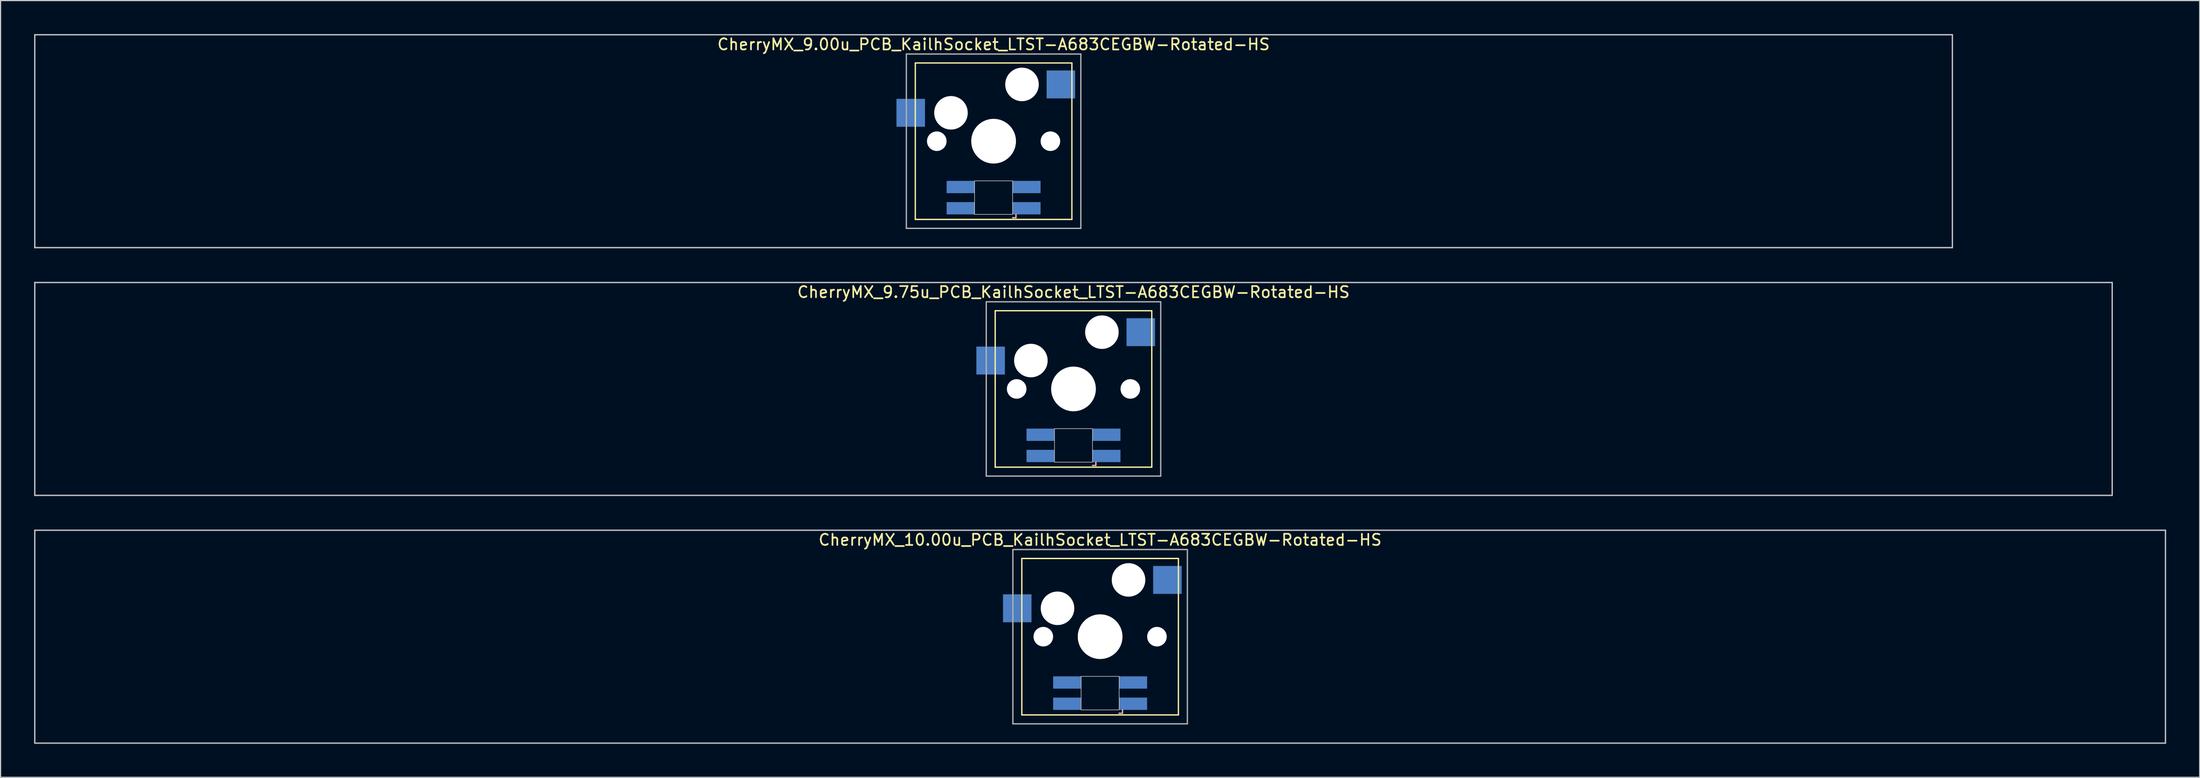
<source format=kicad_pcb>
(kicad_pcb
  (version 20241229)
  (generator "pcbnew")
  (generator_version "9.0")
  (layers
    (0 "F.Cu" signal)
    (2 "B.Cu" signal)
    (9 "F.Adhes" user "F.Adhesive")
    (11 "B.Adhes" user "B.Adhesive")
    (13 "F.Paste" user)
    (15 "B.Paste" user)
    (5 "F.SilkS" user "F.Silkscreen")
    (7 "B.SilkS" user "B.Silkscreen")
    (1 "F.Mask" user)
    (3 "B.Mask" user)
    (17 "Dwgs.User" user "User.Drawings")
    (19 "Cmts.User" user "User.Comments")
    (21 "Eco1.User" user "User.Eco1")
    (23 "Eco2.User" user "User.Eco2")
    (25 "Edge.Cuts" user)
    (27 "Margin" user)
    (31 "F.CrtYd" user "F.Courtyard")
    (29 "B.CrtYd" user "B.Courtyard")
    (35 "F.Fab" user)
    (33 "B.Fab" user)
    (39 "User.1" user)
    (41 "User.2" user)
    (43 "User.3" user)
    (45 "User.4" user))
  (footprint "CherryMX_9.75u_PCB_KailhSocket_LTST-A683CEGBW-Rotated-HS"
    (layer "F.Cu")
    (at 92.929 31.755)
    (property "Reference" "CherryMX_9.75u_PCB_KailhSocket_LTST-A683CEGBW-Rotated-HS" (at 0 -8.662 0) (layer "F.SilkS") (effects (font (size 1 1) (thickness 0.15))))
    (attr through_hole)
    (fp_line (start -7 -7) (end -7 7) (stroke (width 0.12) (type solid)) (layer "F.SilkS"))
    (fp_line (start -7 -7) (end 7 -7) (stroke (width 0.12) (type solid)) (layer "F.SilkS"))
    (fp_line (start 7 -7) (end 7 7) (stroke (width 0.12) (type solid)) (layer "F.SilkS"))
    (fp_line (start 7 7) (end -7 7) (stroke (width 0.12) (type solid)) (layer "F.SilkS"))
    (fp_line (start 1.7 6.85) (end 2 6.85) (stroke (width 0.12) (type solid)) (layer "B.SilkS"))
    (fp_line (start 2 6.85) (end 2 6.55) (stroke (width 0.12) (type solid)) (layer "B.SilkS"))
    (fp_line (start -92.869 -9.525) (end 92.869 -9.525) (stroke (width 0.12) (type solid)) (layer "Dwgs.User"))
    (fp_line (start -92.869 9.525) (end -92.869 -9.525) (stroke (width 0.12) (type solid)) (layer "Dwgs.User"))
    (fp_line (start 92.869 -9.525) (end 92.869 9.525) (stroke (width 0.12) (type solid)) (layer "Dwgs.User"))
    (fp_line (start 92.869 9.525) (end -92.869 9.525) (stroke (width 0.12) (type solid)) (layer "Dwgs.User"))
    (fp_line (start -1.7 3.55) (end 1.7 3.55) (stroke (width 0.05) (type solid)) (layer "Edge.Cuts"))
    (fp_line (start -1.7 6.55) (end -1.7 3.55) (stroke (width 0.05) (type solid)) (layer "Edge.Cuts"))
    (fp_line (start 1.7 3.55) (end 1.7 6.55) (stroke (width 0.05) (type solid)) (layer "Edge.Cuts"))
    (fp_line (start 1.7 6.55) (end -1.7 6.55) (stroke (width 0.05) (type solid)) (layer "Edge.Cuts"))
    (fp_line (start -7.8 -7.8) (end -7.8 7.8) (stroke (width 0.12) (type solid)) (layer "F.Fab"))
    (fp_line (start -7.8 -7.8) (end 7.8 -7.8) (stroke (width 0.12) (type solid)) (layer "F.Fab"))
    (fp_line (start -7.8 7.8) (end 7.8 7.8) (stroke (width 0.12) (type solid)) (layer "F.Fab"))
    (fp_line (start 7.8 -7.8) (end 7.8 7.8) (stroke (width 0.12) (type solid)) (layer "F.Fab"))
    (pad "" np_thru_hole circle (at -5.08 0) (size 1.75 1.75) (drill 1.75) (layers "*.Cu" "*.Mask"))
    (pad "" np_thru_hole circle (at -3.81 -2.54) (size 3 3) (drill 3) (layers "*.Cu" "*.Mask"))
    (pad "" np_thru_hole circle (at 0 0) (size 4 4) (drill 4) (layers "*.Cu" "*.Mask"))
    (pad "" np_thru_hole circle (at 2.54 -5.08) (size 3 3) (drill 3) (layers "*.Cu" "*.Mask"))
    (pad "" np_thru_hole circle (at 5.08 0) (size 1.75 1.75) (drill 1.75) (layers "*.Cu" "*.Mask"))
    (pad "1" smd rect (at -7.41 -2.54) (size 2.55 2.5) (layers "B.Cu" "B.Mask" "B.Paste"))
    (pad "2" smd rect (at 6.015 -5.08) (size 2.55 2.5) (layers "B.Cu" "B.Mask" "B.Paste"))
    (pad "3" smd rect (at 2.95 6) (size 2.5 1.1) (layers "B.Cu" "B.Mask" "B.Paste"))
    (pad "4" smd rect (at 2.95 4.1) (size 2.5 1.1) (layers "B.Cu" "B.Mask" "B.Paste"))
    (pad "5" smd rect (at -2.95 6) (size 2.5 1.1) (layers "B.Cu" "B.Mask" "B.Paste"))
    (pad "6" smd rect (at -2.95 4.1) (size 2.5 1.1) (layers "B.Cu" "B.Mask" "B.Paste")))
  (footprint "CherryMX_10.00u_PCB_KailhSocket_LTST-A683CEGBW-Rotated-HS"
    (layer "F.Cu")
    (at 95.31 53.925)
    (property "Reference" "CherryMX_10.00u_PCB_KailhSocket_LTST-A683CEGBW-Rotated-HS" (at 0 -8.662 0) (layer "F.SilkS") (effects (font (size 1 1) (thickness 0.15))))
    (attr through_hole)
    (fp_line (start -7 -7) (end -7 7) (stroke (width 0.12) (type solid)) (layer "F.SilkS"))
    (fp_line (start -7 -7) (end 7 -7) (stroke (width 0.12) (type solid)) (layer "F.SilkS"))
    (fp_line (start 7 -7) (end 7 7) (stroke (width 0.12) (type solid)) (layer "F.SilkS"))
    (fp_line (start 7 7) (end -7 7) (stroke (width 0.12) (type solid)) (layer "F.SilkS"))
    (fp_line (start 1.7 6.85) (end 2 6.85) (stroke (width 0.12) (type solid)) (layer "B.SilkS"))
    (fp_line (start 2 6.85) (end 2 6.55) (stroke (width 0.12) (type solid)) (layer "B.SilkS"))
    (fp_line (start -95.25 -9.525) (end 95.25 -9.525) (stroke (width 0.12) (type solid)) (layer "Dwgs.User"))
    (fp_line (start -95.25 9.525) (end -95.25 -9.525) (stroke (width 0.12) (type solid)) (layer "Dwgs.User"))
    (fp_line (start 95.25 -9.525) (end 95.25 9.525) (stroke (width 0.12) (type solid)) (layer "Dwgs.User"))
    (fp_line (start 95.25 9.525) (end -95.25 9.525) (stroke (width 0.12) (type solid)) (layer "Dwgs.User"))
    (fp_line (start -1.7 3.55) (end 1.7 3.55) (stroke (width 0.05) (type solid)) (layer "Edge.Cuts"))
    (fp_line (start -1.7 6.55) (end -1.7 3.55) (stroke (width 0.05) (type solid)) (layer "Edge.Cuts"))
    (fp_line (start 1.7 3.55) (end 1.7 6.55) (stroke (width 0.05) (type solid)) (layer "Edge.Cuts"))
    (fp_line (start 1.7 6.55) (end -1.7 6.55) (stroke (width 0.05) (type solid)) (layer "Edge.Cuts"))
    (fp_line (start -7.8 -7.8) (end -7.8 7.8) (stroke (width 0.12) (type solid)) (layer "F.Fab"))
    (fp_line (start -7.8 -7.8) (end 7.8 -7.8) (stroke (width 0.12) (type solid)) (layer "F.Fab"))
    (fp_line (start -7.8 7.8) (end 7.8 7.8) (stroke (width 0.12) (type solid)) (layer "F.Fab"))
    (fp_line (start 7.8 -7.8) (end 7.8 7.8) (stroke (width 0.12) (type solid)) (layer "F.Fab"))
    (pad "" np_thru_hole circle (at -5.08 0) (size 1.75 1.75) (drill 1.75) (layers "*.Cu" "*.Mask"))
    (pad "" np_thru_hole circle (at -3.81 -2.54) (size 3 3) (drill 3) (layers "*.Cu" "*.Mask"))
    (pad "" np_thru_hole circle (at 0 0) (size 4 4) (drill 4) (layers "*.Cu" "*.Mask"))
    (pad "" np_thru_hole circle (at 2.54 -5.08) (size 3 3) (drill 3) (layers "*.Cu" "*.Mask"))
    (pad "" np_thru_hole circle (at 5.08 0) (size 1.75 1.75) (drill 1.75) (layers "*.Cu" "*.Mask"))
    (pad "1" smd rect (at -7.41 -2.54) (size 2.55 2.5) (layers "B.Cu" "B.Mask" "B.Paste"))
    (pad "2" smd rect (at 6.015 -5.08) (size 2.55 2.5) (layers "B.Cu" "B.Mask" "B.Paste"))
    (pad "3" smd rect (at 2.95 6) (size 2.5 1.1) (layers "B.Cu" "B.Mask" "B.Paste"))
    (pad "4" smd rect (at 2.95 4.1) (size 2.5 1.1) (layers "B.Cu" "B.Mask" "B.Paste"))
    (pad "5" smd rect (at -2.95 6) (size 2.5 1.1) (layers "B.Cu" "B.Mask" "B.Paste"))
    (pad "6" smd rect (at -2.95 4.1) (size 2.5 1.1) (layers "B.Cu" "B.Mask" "B.Paste")))
  (footprint "CherryMX_9.00u_PCB_KailhSocket_LTST-A683CEGBW-Rotated-HS"
    (layer "F.Cu")
    (at 85.785 9.585)
    (property "Reference" "CherryMX_9.00u_PCB_KailhSocket_LTST-A683CEGBW-Rotated-HS" (at 0 -8.662 0) (layer "F.SilkS") (effects (font (size 1 1) (thickness 0.15))))
    (attr through_hole)
    (fp_line (start -7 -7) (end -7 7) (stroke (width 0.12) (type solid)) (layer "F.SilkS"))
    (fp_line (start -7 -7) (end 7 -7) (stroke (width 0.12) (type solid)) (layer "F.SilkS"))
    (fp_line (start 7 -7) (end 7 7) (stroke (width 0.12) (type solid)) (layer "F.SilkS"))
    (fp_line (start 7 7) (end -7 7) (stroke (width 0.12) (type solid)) (layer "F.SilkS"))
    (fp_line (start 1.7 6.85) (end 2 6.85) (stroke (width 0.12) (type solid)) (layer "B.SilkS"))
    (fp_line (start 2 6.85) (end 2 6.55) (stroke (width 0.12) (type solid)) (layer "B.SilkS"))
    (fp_line (start -85.725 -9.525) (end 85.725 -9.525) (stroke (width 0.12) (type solid)) (layer "Dwgs.User"))
    (fp_line (start -85.725 9.525) (end -85.725 -9.525) (stroke (width 0.12) (type solid)) (layer "Dwgs.User"))
    (fp_line (start 85.725 -9.525) (end 85.725 9.525) (stroke (width 0.12) (type solid)) (layer "Dwgs.User"))
    (fp_line (start 85.725 9.525) (end -85.725 9.525) (stroke (width 0.12) (type solid)) (layer "Dwgs.User"))
    (fp_line (start -1.7 3.55) (end 1.7 3.55) (stroke (width 0.05) (type solid)) (layer "Edge.Cuts"))
    (fp_line (start -1.7 6.55) (end -1.7 3.55) (stroke (width 0.05) (type solid)) (layer "Edge.Cuts"))
    (fp_line (start 1.7 3.55) (end 1.7 6.55) (stroke (width 0.05) (type solid)) (layer "Edge.Cuts"))
    (fp_line (start 1.7 6.55) (end -1.7 6.55) (stroke (width 0.05) (type solid)) (layer "Edge.Cuts"))
    (fp_line (start -7.8 -7.8) (end -7.8 7.8) (stroke (width 0.12) (type solid)) (layer "F.Fab"))
    (fp_line (start -7.8 -7.8) (end 7.8 -7.8) (stroke (width 0.12) (type solid)) (layer "F.Fab"))
    (fp_line (start -7.8 7.8) (end 7.8 7.8) (stroke (width 0.12) (type solid)) (layer "F.Fab"))
    (fp_line (start 7.8 -7.8) (end 7.8 7.8) (stroke (width 0.12) (type solid)) (layer "F.Fab"))
    (pad "" np_thru_hole circle (at -5.08 0) (size 1.75 1.75) (drill 1.75) (layers "*.Cu" "*.Mask"))
    (pad "" np_thru_hole circle (at -3.81 -2.54) (size 3 3) (drill 3) (layers "*.Cu" "*.Mask"))
    (pad "" np_thru_hole circle (at 0 0) (size 4 4) (drill 4) (layers "*.Cu" "*.Mask"))
    (pad "" np_thru_hole circle (at 2.54 -5.08) (size 3 3) (drill 3) (layers "*.Cu" "*.Mask"))
    (pad "" np_thru_hole circle (at 5.08 0) (size 1.75 1.75) (drill 1.75) (layers "*.Cu" "*.Mask"))
    (pad "1" smd rect (at -7.41 -2.54) (size 2.55 2.5) (layers "B.Cu" "B.Mask" "B.Paste"))
    (pad "2" smd rect (at 6.015 -5.08) (size 2.55 2.5) (layers "B.Cu" "B.Mask" "B.Paste"))
    (pad "3" smd rect (at 2.95 6) (size 2.5 1.1) (layers "B.Cu" "B.Mask" "B.Paste"))
    (pad "4" smd rect (at 2.95 4.1) (size 2.5 1.1) (layers "B.Cu" "B.Mask" "B.Paste"))
    (pad "5" smd rect (at -2.95 6) (size 2.5 1.1) (layers "B.Cu" "B.Mask" "B.Paste"))
    (pad "6" smd rect (at -2.95 4.1) (size 2.5 1.1) (layers "B.Cu" "B.Mask" "B.Paste")))
  (gr_rect
    (start -3 -3)
    (end 193.62 66.51)
    (stroke (width 0.1) (type default))
    (fill no)
    (layer "Edge.Cuts")))
</source>
